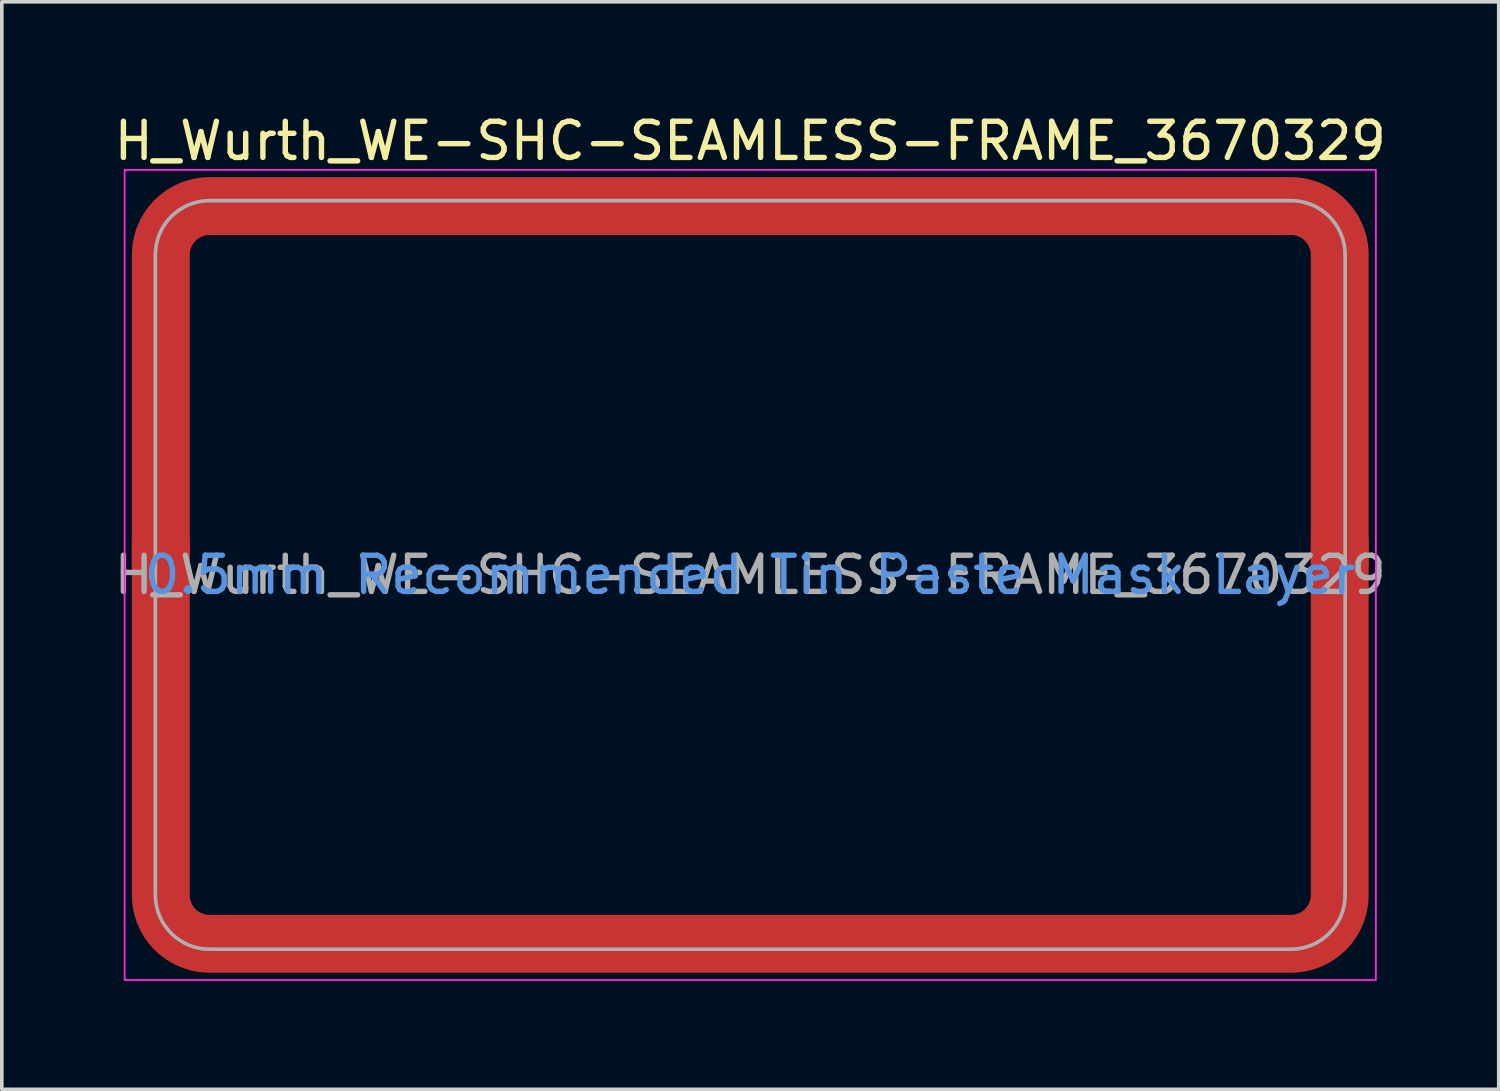
<source format=kicad_pcb>
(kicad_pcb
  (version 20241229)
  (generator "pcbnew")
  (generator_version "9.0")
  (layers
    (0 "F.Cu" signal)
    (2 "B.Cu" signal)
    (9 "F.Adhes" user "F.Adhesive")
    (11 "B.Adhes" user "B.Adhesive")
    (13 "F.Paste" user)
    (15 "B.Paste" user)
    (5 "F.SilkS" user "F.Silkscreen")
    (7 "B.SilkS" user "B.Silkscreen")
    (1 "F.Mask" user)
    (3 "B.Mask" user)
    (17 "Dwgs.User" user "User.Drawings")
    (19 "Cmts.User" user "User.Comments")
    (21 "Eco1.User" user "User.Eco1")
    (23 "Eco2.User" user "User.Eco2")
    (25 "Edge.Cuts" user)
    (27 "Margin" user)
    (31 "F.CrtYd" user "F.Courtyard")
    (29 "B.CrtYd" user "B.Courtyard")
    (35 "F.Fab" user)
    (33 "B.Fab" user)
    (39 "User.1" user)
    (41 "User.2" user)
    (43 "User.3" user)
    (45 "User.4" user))
  (footprint "H_Wurth_WE-SHC-SEAMLESS-FRAME_3670329"
    (layer "F.Cu")
    (at 17.696 12.848)
    (property "Reference" "H_Wurth_WE-SHC-SEAMLESS-FRAME_3670329" (at 0 -12 0) (unlocked yes) (layer "F.SilkS") (effects (font (size 1 1) (thickness 0.15))))
    (attr smd)
    (fp_poly (pts (xy -15.55 -0.25) (xy -17.05 -0.25) (xy -17.05 -8.85) (xy -17.047 -8.96) (xy -17.038 -9.07) (xy -17.024 -9.179) (xy -17.004 -9.287) (xy -16.978 -9.394) (xy -16.947 -9.499) (xy -16.911 -9.603) (xy -16.868 -9.704) (xy -16.821 -9.803) (xy -16.769 -9.9) (xy -16.711 -9.994) (xy -16.649 -10.084) (xy -16.582 -10.172) (xy -16.511 -10.255) (xy -16.435 -10.335) (xy -16.355 -10.411) (xy -16.272 -10.482) (xy -16.184 -10.549) (xy -16.094 -10.611) (xy -16 -10.669) (xy -15.903 -10.721) (xy -15.804 -10.768) (xy -15.703 -10.811) (xy -15.599 -10.847) (xy -15.494 -10.878) (xy -15.387 -10.904) (xy -15.279 -10.924) (xy -15.17 -10.938) (xy -15.06 -10.947) (xy -14.95 -10.95) (xy 14.95 -10.95) (xy 15.06 -10.947) (xy 15.17 -10.938) (xy 15.279 -10.924) (xy 15.387 -10.904) (xy 15.494 -10.878) (xy 15.599 -10.847) (xy 15.703 -10.811) (xy 15.804 -10.768) (xy 15.903 -10.721) (xy 16 -10.669) (xy 16.094 -10.611) (xy 16.184 -10.549) (xy 16.272 -10.482) (xy 16.355 -10.411) (xy 16.435 -10.335) (xy 16.511 -10.255) (xy 16.582 -10.172) (xy 16.649 -10.084) (xy 16.711 -9.994) (xy 16.769 -9.9) (xy 16.821 -9.803) (xy 16.868 -9.704) (xy 16.911 -9.603) (xy 16.947 -9.499) (xy 16.978 -9.394) (xy 17.004 -9.287) (xy 17.024 -9.179) (xy 17.038 -9.07) (xy 17.047 -8.96) (xy 17.05 -8.85) (xy 17.05 -0.25) (xy 15.55 -0.25) (xy 15.55 -8.85) (xy 15.549 -8.881) (xy 15.547 -8.913) (xy 15.543 -8.944) (xy 15.537 -8.975) (xy 15.53 -9.005) (xy 15.521 -9.035) (xy 15.51 -9.065) (xy 15.498 -9.094) (xy 15.485 -9.122) (xy 15.47 -9.15) (xy 15.453 -9.177) (xy 15.435 -9.203) (xy 15.416 -9.228) (xy 15.396 -9.251) (xy 15.374 -9.274) (xy 15.351 -9.296) (xy 15.328 -9.316) (xy 15.303 -9.335) (xy 15.277 -9.353) (xy 15.25 -9.37) (xy 15.222 -9.385) (xy 15.194 -9.398) (xy 15.165 -9.41) (xy 15.135 -9.421) (xy 15.105 -9.43) (xy 15.075 -9.437) (xy 15.044 -9.443) (xy 15.013 -9.447) (xy 14.981 -9.449) (xy 14.95 -9.45) (xy -14.95 -9.45) (xy -14.981 -9.449) (xy -15.013 -9.447) (xy -15.044 -9.443) (xy -15.075 -9.437) (xy -15.105 -9.43) (xy -15.135 -9.421) (xy -15.165 -9.41) (xy -15.194 -9.398) (xy -15.222 -9.385) (xy -15.25 -9.37) (xy -15.277 -9.353) (xy -15.303 -9.335) (xy -15.328 -9.316) (xy -15.351 -9.296) (xy -15.374 -9.274) (xy -15.396 -9.251) (xy -15.416 -9.228) (xy -15.435 -9.203) (xy -15.453 -9.177) (xy -15.47 -9.15) (xy -15.485 -9.122) (xy -15.498 -9.094) (xy -15.51 -9.065) (xy -15.521 -9.035) (xy -15.53 -9.005) (xy -15.537 -8.975) (xy -15.543 -8.944) (xy -15.547 -8.913) (xy -15.549 -8.881) (xy -15.55 -8.85) (xy -15.55 -0.25)) (stroke (width 0.1) (type solid)) (fill yes) (layer "F.Cu"))
    (fp_poly (pts (xy -15.55 -0.25) (xy -17.05 -0.25) (xy -17.05 -8.85) (xy -17.047 -8.96) (xy -17.038 -9.07) (xy -17.024 -9.179) (xy -17.004 -9.287) (xy -16.978 -9.394) (xy -16.947 -9.499) (xy -16.911 -9.603) (xy -16.868 -9.704) (xy -16.821 -9.803) (xy -16.769 -9.9) (xy -16.711 -9.994) (xy -16.649 -10.084) (xy -16.582 -10.172) (xy -16.511 -10.255) (xy -16.435 -10.335) (xy -16.355 -10.411) (xy -16.272 -10.482) (xy -16.184 -10.549) (xy -16.094 -10.611) (xy -16 -10.669) (xy -15.903 -10.721) (xy -15.804 -10.768) (xy -15.703 -10.811) (xy -15.599 -10.847) (xy -15.494 -10.878) (xy -15.387 -10.904) (xy -15.279 -10.924) (xy -15.17 -10.938) (xy -15.06 -10.947) (xy -14.95 -10.95) (xy 14.95 -10.95) (xy 15.06 -10.947) (xy 15.17 -10.938) (xy 15.279 -10.924) (xy 15.387 -10.904) (xy 15.494 -10.878) (xy 15.599 -10.847) (xy 15.703 -10.811) (xy 15.804 -10.768) (xy 15.903 -10.721) (xy 16 -10.669) (xy 16.094 -10.611) (xy 16.184 -10.549) (xy 16.272 -10.482) (xy 16.355 -10.411) (xy 16.435 -10.335) (xy 16.511 -10.255) (xy 16.582 -10.172) (xy 16.649 -10.084) (xy 16.711 -9.994) (xy 16.769 -9.9) (xy 16.821 -9.803) (xy 16.868 -9.704) (xy 16.911 -9.603) (xy 16.947 -9.499) (xy 16.978 -9.394) (xy 17.004 -9.287) (xy 17.024 -9.179) (xy 17.038 -9.07) (xy 17.047 -8.96) (xy 17.05 -8.85) (xy 17.05 -0.25) (xy 15.55 -0.25) (xy 15.55 -8.85) (xy 15.549 -8.881) (xy 15.547 -8.913) (xy 15.543 -8.944) (xy 15.537 -8.975) (xy 15.53 -9.005) (xy 15.521 -9.035) (xy 15.51 -9.065) (xy 15.498 -9.094) (xy 15.485 -9.122) (xy 15.47 -9.15) (xy 15.453 -9.177) (xy 15.435 -9.203) (xy 15.416 -9.228) (xy 15.396 -9.251) (xy 15.374 -9.274) (xy 15.351 -9.296) (xy 15.328 -9.316) (xy 15.303 -9.335) (xy 15.277 -9.353) (xy 15.25 -9.37) (xy 15.222 -9.385) (xy 15.194 -9.398) (xy 15.165 -9.41) (xy 15.135 -9.421) (xy 15.105 -9.43) (xy 15.075 -9.437) (xy 15.044 -9.443) (xy 15.013 -9.447) (xy 14.981 -9.449) (xy 14.95 -9.45) (xy -14.95 -9.45) (xy -14.981 -9.449) (xy -15.013 -9.447) (xy -15.044 -9.443) (xy -15.075 -9.437) (xy -15.105 -9.43) (xy -15.135 -9.421) (xy -15.165 -9.41) (xy -15.194 -9.398) (xy -15.222 -9.385) (xy -15.25 -9.37) (xy -15.277 -9.353) (xy -15.303 -9.335) (xy -15.328 -9.316) (xy -15.351 -9.296) (xy -15.374 -9.274) (xy -15.396 -9.251) (xy -15.416 -9.228) (xy -15.435 -9.203) (xy -15.453 -9.177) (xy -15.47 -9.15) (xy -15.485 -9.122) (xy -15.498 -9.094) (xy -15.51 -9.065) (xy -15.521 -9.035) (xy -15.53 -9.005) (xy -15.537 -8.975) (xy -15.543 -8.944) (xy -15.547 -8.913) (xy -15.549 -8.881) (xy -15.55 -8.85) (xy -15.55 -0.25)) (stroke (width 0.1) (type solid)) (fill yes) (layer "F.Mask"))
    (fp_poly (pts (xy -15.55 -0.25) (xy -17.05 -0.25) (xy -17.05 -8.85) (xy -17.047 -8.96) (xy -17.038 -9.07) (xy -17.024 -9.179) (xy -17.004 -9.287) (xy -16.978 -9.394) (xy -16.947 -9.499) (xy -16.911 -9.603) (xy -16.868 -9.704) (xy -16.821 -9.803) (xy -16.769 -9.9) (xy -16.711 -9.994) (xy -16.649 -10.084) (xy -16.582 -10.172) (xy -16.511 -10.255) (xy -16.435 -10.335) (xy -16.355 -10.411) (xy -16.272 -10.482) (xy -16.184 -10.549) (xy -16.094 -10.611) (xy -16 -10.669) (xy -15.903 -10.721) (xy -15.804 -10.768) (xy -15.703 -10.811) (xy -15.599 -10.847) (xy -15.494 -10.878) (xy -15.387 -10.904) (xy -15.279 -10.924) (xy -15.17 -10.938) (xy -15.06 -10.947) (xy -14.95 -10.95) (xy 14.95 -10.95) (xy 15.06 -10.947) (xy 15.17 -10.938) (xy 15.279 -10.924) (xy 15.387 -10.904) (xy 15.494 -10.878) (xy 15.599 -10.847) (xy 15.703 -10.811) (xy 15.804 -10.768) (xy 15.903 -10.721) (xy 16 -10.669) (xy 16.094 -10.611) (xy 16.184 -10.549) (xy 16.272 -10.482) (xy 16.355 -10.411) (xy 16.435 -10.335) (xy 16.511 -10.255) (xy 16.582 -10.172) (xy 16.649 -10.084) (xy 16.711 -9.994) (xy 16.769 -9.9) (xy 16.821 -9.803) (xy 16.868 -9.704) (xy 16.911 -9.603) (xy 16.947 -9.499) (xy 16.978 -9.394) (xy 17.004 -9.287) (xy 17.024 -9.179) (xy 17.038 -9.07) (xy 17.047 -8.96) (xy 17.05 -8.85) (xy 17.05 -0.25) (xy 15.55 -0.25) (xy 15.55 -8.85) (xy 15.549 -8.881) (xy 15.547 -8.913) (xy 15.543 -8.944) (xy 15.537 -8.975) (xy 15.53 -9.005) (xy 15.521 -9.035) (xy 15.51 -9.065) (xy 15.498 -9.094) (xy 15.485 -9.122) (xy 15.47 -9.15) (xy 15.453 -9.177) (xy 15.435 -9.203) (xy 15.416 -9.228) (xy 15.396 -9.251) (xy 15.374 -9.274) (xy 15.351 -9.296) (xy 15.328 -9.316) (xy 15.303 -9.335) (xy 15.277 -9.353) (xy 15.25 -9.37) (xy 15.222 -9.385) (xy 15.194 -9.398) (xy 15.165 -9.41) (xy 15.135 -9.421) (xy 15.105 -9.43) (xy 15.075 -9.437) (xy 15.044 -9.443) (xy 15.013 -9.447) (xy 14.981 -9.449) (xy 14.95 -9.45) (xy -14.95 -9.45) (xy -14.981 -9.449) (xy -15.013 -9.447) (xy -15.044 -9.443) (xy -15.075 -9.437) (xy -15.105 -9.43) (xy -15.135 -9.421) (xy -15.165 -9.41) (xy -15.194 -9.398) (xy -15.222 -9.385) (xy -15.25 -9.37) (xy -15.277 -9.353) (xy -15.303 -9.335) (xy -15.328 -9.316) (xy -15.351 -9.296) (xy -15.374 -9.274) (xy -15.396 -9.251) (xy -15.416 -9.228) (xy -15.435 -9.203) (xy -15.453 -9.177) (xy -15.47 -9.15) (xy -15.485 -9.122) (xy -15.498 -9.094) (xy -15.51 -9.065) (xy -15.521 -9.035) (xy -15.53 -9.005) (xy -15.537 -8.975) (xy -15.543 -8.944) (xy -15.547 -8.913) (xy -15.549 -8.881) (xy -15.55 -8.85) (xy -15.55 -0.25)) (stroke (width 0.1) (type solid)) (fill yes) (layer "F.Paste"))
    (fp_rect (start -17.3 -11.2) (end 17.3 11.2) (stroke (width 0.05) (type solid)) (fill no) (layer "F.CrtYd"))
    (fp_line (start -16.45 8.85) (end -16.45 -8.85) (stroke (width 0.1) (type solid)) (layer "F.Fab"))
    (fp_line (start -14.95 -10.35) (end 14.95 -10.35) (stroke (width 0.1) (type solid)) (layer "F.Fab"))
    (fp_line (start -14.95 10.35) (end 14.95 10.35) (stroke (width 0.1) (type solid)) (layer "F.Fab"))
    (fp_line (start 16.45 8.85) (end 16.45 -8.85) (stroke (width 0.1) (type solid)) (layer "F.Fab"))
    (fp_arc (start -16.45 -8.85) (mid -16.01066 -9.91066) (end -14.95 -10.35) (stroke (width 0.1) (type default)) (layer "F.Fab"))
    (fp_arc (start -14.95 10.35) (mid -16.01066 9.91066) (end -16.45 8.85) (stroke (width 0.1) (type default)) (layer "F.Fab"))
    (fp_arc (start 14.95 -10.35) (mid 16.01066 -9.91066) (end 16.45 -8.85) (stroke (width 0.1) (type default)) (layer "F.Fab"))
    (fp_arc (start 16.45 8.85) (mid 16.01066 9.91066) (end 14.95 10.35) (stroke (width 0.1) (type default)) (layer "F.Fab"))
    (fp_text user "0.5mm Recommended Tin Paste Mask Layer" (at 0 0 0) (unlocked yes) (layer "Cmts.User") (effects (font (size 1 1) (thickness 0.15))))
    (fp_text user "${REFERENCE}" (at 0 0 0) (unlocked yes) (layer "F.Fab") (effects (font (size 1 1) (thickness 0.15))))
    (pad "1" smd custom (at 16.3 0) (size 1.5 17.7) (layers "F.Cu" "F.Mask" "F.Paste") (options (anchor rect)) (primitives (gr_poly (pts (xy -0.75 -1) (xy 0.75 -1) (xy 0.75 8.85) (xy 0.747 8.96) (xy 0.738 9.07) (xy 0.724 9.179) (xy 0.704 9.287) (xy 0.678 9.394) (xy 0.647 9.499) (xy 0.611 9.603) (xy 0.568 9.704) (xy 0.521 9.803) (xy 0.469 9.9) (xy 0.411 9.994) (xy 0.349 10.084) (xy 0.282 10.172) (xy 0.211 10.255) (xy 0.135 10.335) (xy 0.055 10.411) (xy -0.028 10.482) (xy -0.116 10.549) (xy -0.206 10.611) (xy -0.3 10.669) (xy -0.397 10.721) (xy -0.496 10.768) (xy -0.597 10.811) (xy -0.701 10.847) (xy -0.806 10.878) (xy -0.913 10.904) (xy -1.021 10.924) (xy -1.13 10.938) (xy -1.24 10.947) (xy -1.35 10.95) (xy -31.25 10.95) (xy -31.36 10.947) (xy -31.47 10.938) (xy -31.579 10.924) (xy -31.687 10.904) (xy -31.794 10.878) (xy -31.899 10.847) (xy -32.003 10.811) (xy -32.104 10.768) (xy -32.203 10.721) (xy -32.3 10.669) (xy -32.394 10.611) (xy -32.484 10.549) (xy -32.572 10.482) (xy -32.655 10.411) (xy -32.735 10.335) (xy -32.811 10.255) (xy -32.882 10.172) (xy -32.949 10.084) (xy -33.011 9.994) (xy -33.069 9.9) (xy -33.121 9.803) (xy -33.168 9.704) (xy -33.211 9.603) (xy -33.247 9.499) (xy -33.278 9.394) (xy -33.304 9.287) (xy -33.324 9.179) (xy -33.338 9.07) (xy -33.347 8.96) (xy -33.35 8.85) (xy -33.35 -1) (xy -31.85 -1) (xy -31.85 8.85) (xy -31.849 8.881) (xy -31.847 8.913) (xy -31.843 8.944) (xy -31.837 8.975) (xy -31.83 9.005) (xy -31.821 9.035) (xy -31.81 9.065) (xy -31.798 9.094) (xy -31.785 9.122) (xy -31.77 9.15) (xy -31.753 9.177) (xy -31.735 9.203) (xy -31.716 9.228) (xy -31.696 9.251) (xy -31.674 9.274) (xy -31.651 9.296) (xy -31.628 9.316) (xy -31.603 9.335) (xy -31.577 9.353) (xy -31.55 9.37) (xy -31.522 9.385) (xy -31.494 9.398) (xy -31.465 9.41) (xy -31.435 9.421) (xy -31.405 9.43) (xy -31.375 9.437) (xy -31.344 9.443) (xy -31.313 9.447) (xy -31.281 9.449) (xy -31.25 9.45) (xy -1.35 9.45) (xy -1.319 9.449) (xy -1.287 9.447) (xy -1.256 9.443) (xy -1.225 9.437) (xy -1.195 9.43) (xy -1.165 9.421) (xy -1.135 9.41) (xy -1.106 9.398) (xy -1.078 9.385) (xy -1.05 9.37) (xy -1.023 9.353) (xy -0.997 9.335) (xy -0.972 9.316) (xy -0.949 9.296) (xy -0.926 9.274) (xy -0.904 9.251) (xy -0.884 9.228) (xy -0.865 9.203) (xy -0.847 9.177) (xy -0.83 9.15) (xy -0.815 9.122) (xy -0.802 9.094) (xy -0.79 9.065) (xy -0.779 9.035) (xy -0.77 9.005) (xy -0.763 8.975) (xy -0.757 8.944) (xy -0.753 8.913) (xy -0.751 8.881) (xy -0.75 8.85) (xy -0.75 -1)) (width 0.1) (fill yes)))))
  (gr_rect
    (start -3 -3)
    (end 38.393 27.073)
    (stroke (width 0.1) (type default))
    (fill no)
    (layer "Edge.Cuts")))
</source>
